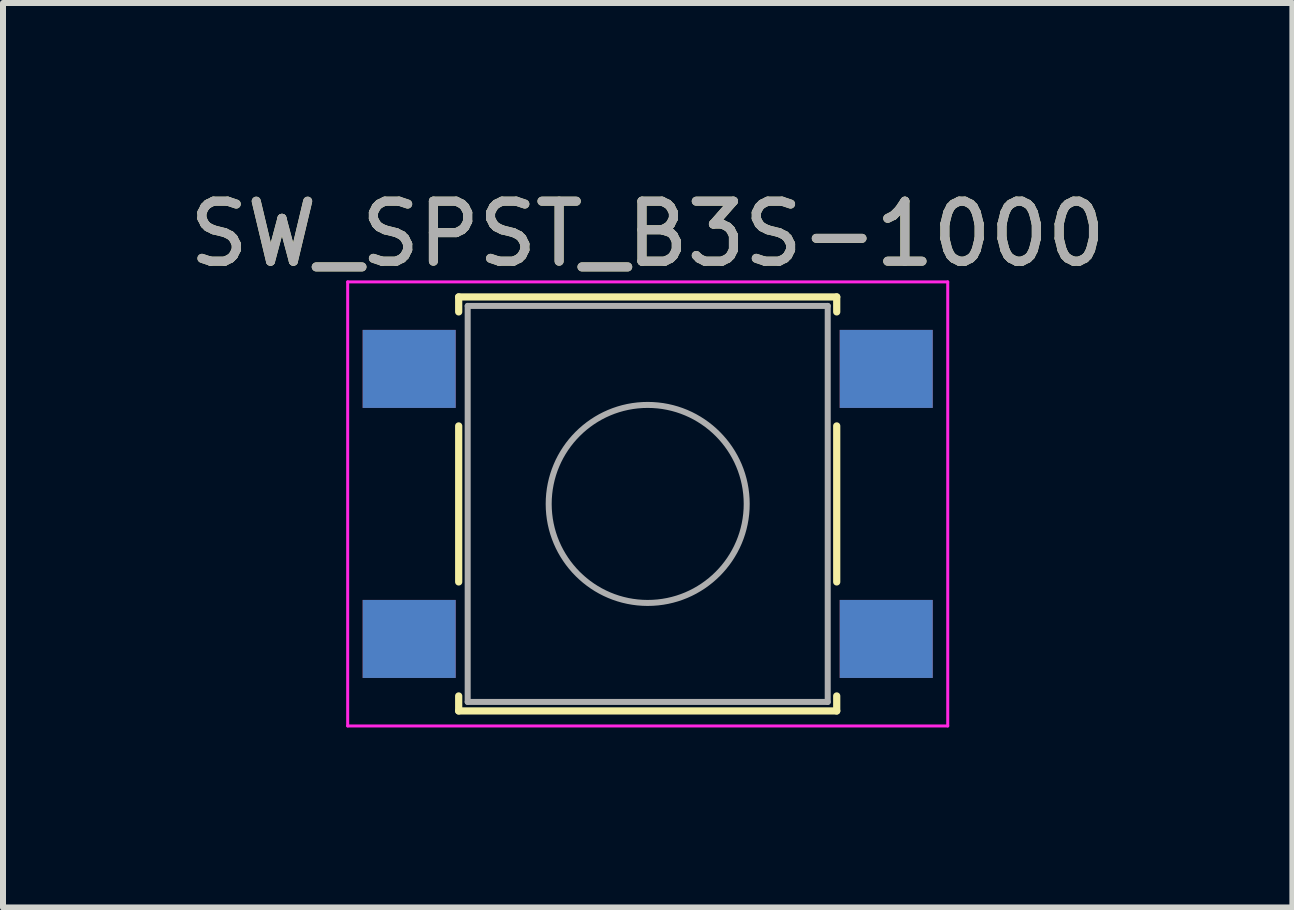
<source format=kicad_pcb>
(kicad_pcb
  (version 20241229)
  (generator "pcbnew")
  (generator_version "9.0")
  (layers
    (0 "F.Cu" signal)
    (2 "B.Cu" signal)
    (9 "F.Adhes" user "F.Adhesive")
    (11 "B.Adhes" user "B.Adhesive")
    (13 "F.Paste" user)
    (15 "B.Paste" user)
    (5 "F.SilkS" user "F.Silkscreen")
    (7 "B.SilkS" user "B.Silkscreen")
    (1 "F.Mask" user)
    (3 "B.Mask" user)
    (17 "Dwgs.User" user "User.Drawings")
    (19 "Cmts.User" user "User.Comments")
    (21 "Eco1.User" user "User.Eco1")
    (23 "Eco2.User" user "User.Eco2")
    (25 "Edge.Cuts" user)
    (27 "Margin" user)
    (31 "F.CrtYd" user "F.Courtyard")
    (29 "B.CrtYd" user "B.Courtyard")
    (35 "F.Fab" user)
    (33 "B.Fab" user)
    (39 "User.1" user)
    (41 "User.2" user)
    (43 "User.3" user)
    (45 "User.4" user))
  (footprint "SW_SPST_B3S-1000"
    (layer "F.Cu")
    (at 7.744 5.348)
    (property "Reference" "SW_SPST_B3S-1000" (at 0 -4.5 0) (layer "F.SilkS") (effects (font (size 1 1) (thickness 0.15))))
    (attr smd)
    (fp_line (start -3.15 -3.45) (end 3.15 -3.45) (stroke (width 0.12) (type solid)) (layer "F.SilkS"))
    (fp_line (start -3.15 -3.2) (end -3.15 -3.45) (stroke (width 0.12) (type solid)) (layer "F.SilkS"))
    (fp_line (start -3.15 1.3) (end -3.15 -1.3) (stroke (width 0.12) (type solid)) (layer "F.SilkS"))
    (fp_line (start -3.15 3.45) (end -3.15 3.2) (stroke (width 0.12) (type solid)) (layer "F.SilkS"))
    (fp_line (start 3.15 -3.45) (end 3.15 -3.2) (stroke (width 0.12) (type solid)) (layer "F.SilkS"))
    (fp_line (start 3.15 -1.3) (end 3.15 1.3) (stroke (width 0.12) (type solid)) (layer "F.SilkS"))
    (fp_line (start 3.15 3.2) (end 3.15 3.45) (stroke (width 0.12) (type solid)) (layer "F.SilkS"))
    (fp_line (start 3.15 3.45) (end -3.15 3.45) (stroke (width 0.12) (type solid)) (layer "F.SilkS"))
    (fp_line (start -5 -3.7) (end -5 3.7) (stroke (width 0.05) (type solid)) (layer "F.CrtYd"))
    (fp_line (start -5 3.7) (end 5 3.7) (stroke (width 0.05) (type solid)) (layer "F.CrtYd"))
    (fp_line (start 5 -3.7) (end -5 -3.7) (stroke (width 0.05) (type solid)) (layer "F.CrtYd"))
    (fp_line (start 5 3.7) (end 5 -3.7) (stroke (width 0.05) (type solid)) (layer "F.CrtYd"))
    (fp_line (start -3 -3.3) (end 3 -3.3) (stroke (width 0.1) (type solid)) (layer "F.Fab"))
    (fp_line (start -3 3.3) (end -3 -3.3) (stroke (width 0.1) (type solid)) (layer "F.Fab"))
    (fp_line (start 3 -3.3) (end 3 3.3) (stroke (width 0.1) (type solid)) (layer "F.Fab"))
    (fp_line (start 3 3.3) (end -3 3.3) (stroke (width 0.1) (type solid)) (layer "F.Fab"))
    (fp_circle (center 0 0) (end 1.65 0) (stroke (width 0.1) (type solid)) (fill no) (layer "F.Fab"))
    (fp_text user "${REFERENCE}" (at 0 -4.5 0) (layer "F.Fab") (effects (font (size 1 1) (thickness 0.15))))
    (pad "1" smd rect (at -3.975 -2.25) (size 1.55 1.3) (layers "F.Cu" "F.Mask" "F.Paste"))
    (pad "1" smd rect (at -3.975 -2.25) (size 1.55 1.3) (layers "B.Cu" "B.Mask" "B.Paste"))
    (pad "1" smd rect (at 3.975 -2.25) (size 1.55 1.3) (layers "F.Cu" "F.Mask" "F.Paste"))
    (pad "1" smd rect (at 3.975 -2.25) (size 1.55 1.3) (layers "B.Cu" "B.Mask" "B.Paste"))
    (pad "2" smd rect (at -3.975 2.25) (size 1.55 1.3) (layers "F.Cu" "F.Mask" "F.Paste"))
    (pad "2" smd rect (at -3.975 2.25) (size 1.55 1.3) (layers "B.Cu" "B.Mask" "B.Paste"))
    (pad "2" smd rect (at 3.975 2.25) (size 1.55 1.3) (layers "F.Cu" "F.Mask" "F.Paste"))
    (pad "2" smd rect (at 3.975 2.25) (size 1.55 1.3) (layers "B.Cu" "B.Mask" "B.Paste")))
  (gr_rect
    (start -3 -3)
    (end 18.488 12.073)
    (stroke (width 0.1) (type default))
    (fill no)
    (layer "Edge.Cuts")))
</source>
